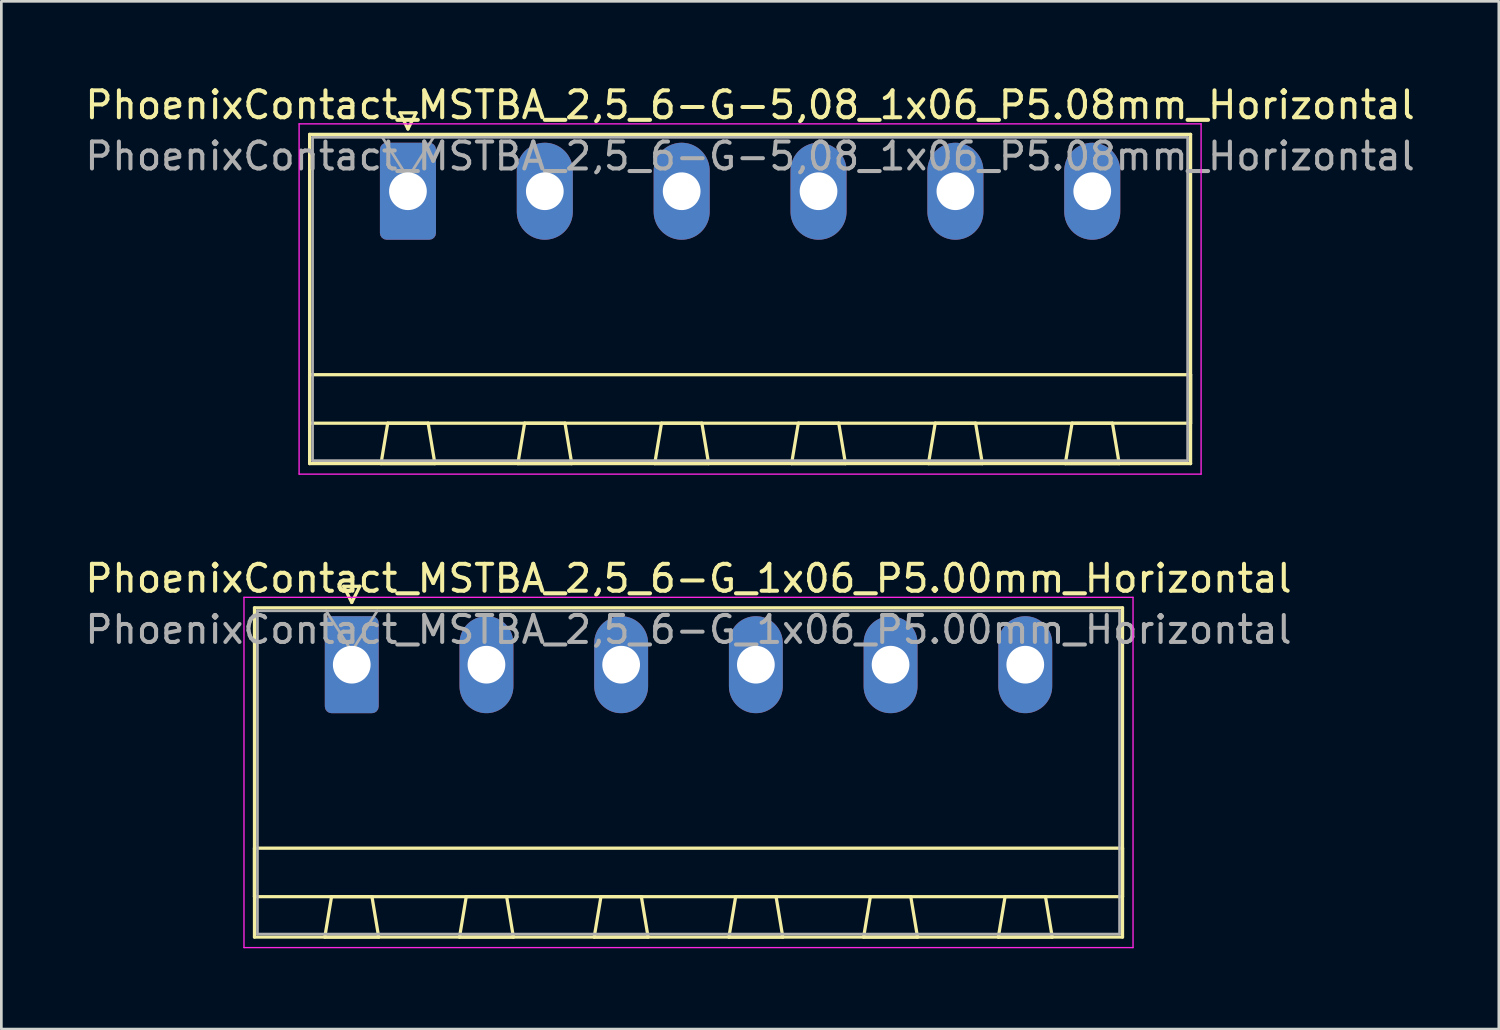
<source format=kicad_pcb>
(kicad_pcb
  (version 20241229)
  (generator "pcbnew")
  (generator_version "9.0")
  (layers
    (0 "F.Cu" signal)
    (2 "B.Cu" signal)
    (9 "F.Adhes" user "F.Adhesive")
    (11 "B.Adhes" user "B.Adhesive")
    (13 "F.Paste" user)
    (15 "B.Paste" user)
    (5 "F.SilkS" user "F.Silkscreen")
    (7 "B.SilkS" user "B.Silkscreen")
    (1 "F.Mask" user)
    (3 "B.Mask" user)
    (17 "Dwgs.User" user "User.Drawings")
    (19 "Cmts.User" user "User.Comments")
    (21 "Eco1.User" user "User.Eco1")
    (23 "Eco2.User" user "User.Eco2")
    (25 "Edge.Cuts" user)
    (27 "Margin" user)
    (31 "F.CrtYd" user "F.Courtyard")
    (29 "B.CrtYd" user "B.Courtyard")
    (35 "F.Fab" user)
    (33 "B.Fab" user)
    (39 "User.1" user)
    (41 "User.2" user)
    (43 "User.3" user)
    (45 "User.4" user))
  (footprint "PhoenixContact_MSTBA_2,5_6-G-5,08_1x06_P5.08mm_Horizontal"
    (layer "F.Cu")
    (at 12.092 4.048)
    (property "Reference" "PhoenixContact_MSTBA_2,5_6-G-5,08_1x06_P5.08mm_Horizontal" (at 12.7 -3.2 0) (layer "F.SilkS") (effects (font (size 1 1) (thickness 0.15))))
    (attr through_hole)
    (fp_line (start -3.65 -2.11) (end -3.65 10.11) (stroke (width 0.12) (type solid)) (layer "F.SilkS"))
    (fp_line (start -3.65 6.81) (end 29.05 6.81) (stroke (width 0.12) (type solid)) (layer "F.SilkS"))
    (fp_line (start -3.65 8.61) (end -3.65 6.81) (stroke (width 0.12) (type solid)) (layer "F.SilkS"))
    (fp_line (start -3.65 10.11) (end 29.05 10.11) (stroke (width 0.12) (type solid)) (layer "F.SilkS"))
    (fp_line (start -1 10.11) (end 1 10.11) (stroke (width 0.12) (type solid)) (layer "F.SilkS"))
    (fp_line (start -0.75 8.61) (end -1 10.11) (stroke (width 0.12) (type solid)) (layer "F.SilkS"))
    (fp_line (start -0.3 -2.91) (end 0.3 -2.91) (stroke (width 0.12) (type solid)) (layer "F.SilkS"))
    (fp_line (start 0 -2.31) (end -0.3 -2.91) (stroke (width 0.12) (type solid)) (layer "F.SilkS"))
    (fp_line (start 0.3 -2.91) (end 0 -2.31) (stroke (width 0.12) (type solid)) (layer "F.SilkS"))
    (fp_line (start 0.75 8.61) (end -0.75 8.61) (stroke (width 0.12) (type solid)) (layer "F.SilkS"))
    (fp_line (start 1 10.11) (end 0.75 8.61) (stroke (width 0.12) (type solid)) (layer "F.SilkS"))
    (fp_line (start 4.08 10.11) (end 6.08 10.11) (stroke (width 0.12) (type solid)) (layer "F.SilkS"))
    (fp_line (start 4.33 8.61) (end 4.08 10.11) (stroke (width 0.12) (type solid)) (layer "F.SilkS"))
    (fp_line (start 5.83 8.61) (end 4.33 8.61) (stroke (width 0.12) (type solid)) (layer "F.SilkS"))
    (fp_line (start 6.08 10.11) (end 5.83 8.61) (stroke (width 0.12) (type solid)) (layer "F.SilkS"))
    (fp_line (start 9.16 10.11) (end 11.16 10.11) (stroke (width 0.12) (type solid)) (layer "F.SilkS"))
    (fp_line (start 9.41 8.61) (end 9.16 10.11) (stroke (width 0.12) (type solid)) (layer "F.SilkS"))
    (fp_line (start 10.91 8.61) (end 9.41 8.61) (stroke (width 0.12) (type solid)) (layer "F.SilkS"))
    (fp_line (start 11.16 10.11) (end 10.91 8.61) (stroke (width 0.12) (type solid)) (layer "F.SilkS"))
    (fp_line (start 14.24 10.11) (end 16.24 10.11) (stroke (width 0.12) (type solid)) (layer "F.SilkS"))
    (fp_line (start 14.49 8.61) (end 14.24 10.11) (stroke (width 0.12) (type solid)) (layer "F.SilkS"))
    (fp_line (start 15.99 8.61) (end 14.49 8.61) (stroke (width 0.12) (type solid)) (layer "F.SilkS"))
    (fp_line (start 16.24 10.11) (end 15.99 8.61) (stroke (width 0.12) (type solid)) (layer "F.SilkS"))
    (fp_line (start 19.32 10.11) (end 21.32 10.11) (stroke (width 0.12) (type solid)) (layer "F.SilkS"))
    (fp_line (start 19.57 8.61) (end 19.32 10.11) (stroke (width 0.12) (type solid)) (layer "F.SilkS"))
    (fp_line (start 21.07 8.61) (end 19.57 8.61) (stroke (width 0.12) (type solid)) (layer "F.SilkS"))
    (fp_line (start 21.32 10.11) (end 21.07 8.61) (stroke (width 0.12) (type solid)) (layer "F.SilkS"))
    (fp_line (start 24.4 10.11) (end 26.4 10.11) (stroke (width 0.12) (type solid)) (layer "F.SilkS"))
    (fp_line (start 24.65 8.61) (end 24.4 10.11) (stroke (width 0.12) (type solid)) (layer "F.SilkS"))
    (fp_line (start 26.15 8.61) (end 24.65 8.61) (stroke (width 0.12) (type solid)) (layer "F.SilkS"))
    (fp_line (start 26.4 10.11) (end 26.15 8.61) (stroke (width 0.12) (type solid)) (layer "F.SilkS"))
    (fp_line (start 29.05 -2.11) (end -3.65 -2.11) (stroke (width 0.12) (type solid)) (layer "F.SilkS"))
    (fp_line (start 29.05 6.81) (end 29.05 8.61) (stroke (width 0.12) (type solid)) (layer "F.SilkS"))
    (fp_line (start 29.05 8.61) (end -3.65 8.61) (stroke (width 0.12) (type solid)) (layer "F.SilkS"))
    (fp_line (start 29.05 10.11) (end 29.05 -2.11) (stroke (width 0.12) (type solid)) (layer "F.SilkS"))
    (fp_line (start -4.04 -2.5) (end -4.04 10.5) (stroke (width 0.05) (type solid)) (layer "F.CrtYd"))
    (fp_line (start -4.04 10.5) (end 29.44 10.5) (stroke (width 0.05) (type solid)) (layer "F.CrtYd"))
    (fp_line (start 29.44 -2.5) (end -4.04 -2.5) (stroke (width 0.05) (type solid)) (layer "F.CrtYd"))
    (fp_line (start 29.44 10.5) (end 29.44 -2.5) (stroke (width 0.05) (type solid)) (layer "F.CrtYd"))
    (fp_line (start -3.54 -2) (end -3.54 10) (stroke (width 0.1) (type solid)) (layer "F.Fab"))
    (fp_line (start -3.54 10) (end 28.94 10) (stroke (width 0.1) (type solid)) (layer "F.Fab"))
    (fp_line (start 0 -0.5) (end -0.95 -2) (stroke (width 0.1) (type solid)) (layer "F.Fab"))
    (fp_line (start 0.95 -2) (end 0 -0.5) (stroke (width 0.1) (type solid)) (layer "F.Fab"))
    (fp_line (start 28.94 -2) (end -3.54 -2) (stroke (width 0.1) (type solid)) (layer "F.Fab"))
    (fp_line (start 28.94 10) (end 28.94 -2) (stroke (width 0.1) (type solid)) (layer "F.Fab"))
    (fp_text user "${REFERENCE}" (at 12.7 -1.3 0) (layer "F.Fab") (effects (font (size 1 1) (thickness 0.15))))
    (pad "1" thru_hole roundrect (at 0 0) (size 2.08 3.6) (drill 1.4) (layers "*.Cu" "*.Mask") (roundrect_rratio 0.12))
    (pad "2" thru_hole oval (at 5.08 0) (size 2.08 3.6) (drill 1.4) (layers "*.Cu" "*.Mask"))
    (pad "3" thru_hole oval (at 10.16 0) (size 2.08 3.6) (drill 1.4) (layers "*.Cu" "*.Mask"))
    (pad "4" thru_hole oval (at 15.24 0) (size 2.08 3.6) (drill 1.4) (layers "*.Cu" "*.Mask"))
    (pad "5" thru_hole oval (at 20.32 0) (size 2.08 3.6) (drill 1.4) (layers "*.Cu" "*.Mask"))
    (pad "6" thru_hole oval (at 25.4 0) (size 2.08 3.6) (drill 1.4) (layers "*.Cu" "*.Mask")))
  (footprint "PhoenixContact_MSTBA_2,5_6-G_1x06_P5.00mm_Horizontal"
    (layer "F.Cu")
    (at 10.006 21.622)
    (property "Reference" "PhoenixContact_MSTBA_2,5_6-G_1x06_P5.00mm_Horizontal" (at 12.5 -3.2 0) (layer "F.SilkS") (effects (font (size 1 1) (thickness 0.15))))
    (attr through_hole)
    (fp_line (start -3.61 -2.11) (end -3.61 10.11) (stroke (width 0.12) (type solid)) (layer "F.SilkS"))
    (fp_line (start -3.61 6.81) (end 28.61 6.81) (stroke (width 0.12) (type solid)) (layer "F.SilkS"))
    (fp_line (start -3.61 8.61) (end -3.61 6.81) (stroke (width 0.12) (type solid)) (layer "F.SilkS"))
    (fp_line (start -3.61 10.11) (end 28.61 10.11) (stroke (width 0.12) (type solid)) (layer "F.SilkS"))
    (fp_line (start -1 10.11) (end 1 10.11) (stroke (width 0.12) (type solid)) (layer "F.SilkS"))
    (fp_line (start -0.75 8.61) (end -1 10.11) (stroke (width 0.12) (type solid)) (layer "F.SilkS"))
    (fp_line (start -0.3 -2.91) (end 0.3 -2.91) (stroke (width 0.12) (type solid)) (layer "F.SilkS"))
    (fp_line (start 0 -2.31) (end -0.3 -2.91) (stroke (width 0.12) (type solid)) (layer "F.SilkS"))
    (fp_line (start 0.3 -2.91) (end 0 -2.31) (stroke (width 0.12) (type solid)) (layer "F.SilkS"))
    (fp_line (start 0.75 8.61) (end -0.75 8.61) (stroke (width 0.12) (type solid)) (layer "F.SilkS"))
    (fp_line (start 1 10.11) (end 0.75 8.61) (stroke (width 0.12) (type solid)) (layer "F.SilkS"))
    (fp_line (start 4 10.11) (end 6 10.11) (stroke (width 0.12) (type solid)) (layer "F.SilkS"))
    (fp_line (start 4.25 8.61) (end 4 10.11) (stroke (width 0.12) (type solid)) (layer "F.SilkS"))
    (fp_line (start 5.75 8.61) (end 4.25 8.61) (stroke (width 0.12) (type solid)) (layer "F.SilkS"))
    (fp_line (start 6 10.11) (end 5.75 8.61) (stroke (width 0.12) (type solid)) (layer "F.SilkS"))
    (fp_line (start 9 10.11) (end 11 10.11) (stroke (width 0.12) (type solid)) (layer "F.SilkS"))
    (fp_line (start 9.25 8.61) (end 9 10.11) (stroke (width 0.12) (type solid)) (layer "F.SilkS"))
    (fp_line (start 10.75 8.61) (end 9.25 8.61) (stroke (width 0.12) (type solid)) (layer "F.SilkS"))
    (fp_line (start 11 10.11) (end 10.75 8.61) (stroke (width 0.12) (type solid)) (layer "F.SilkS"))
    (fp_line (start 14 10.11) (end 16 10.11) (stroke (width 0.12) (type solid)) (layer "F.SilkS"))
    (fp_line (start 14.25 8.61) (end 14 10.11) (stroke (width 0.12) (type solid)) (layer "F.SilkS"))
    (fp_line (start 15.75 8.61) (end 14.25 8.61) (stroke (width 0.12) (type solid)) (layer "F.SilkS"))
    (fp_line (start 16 10.11) (end 15.75 8.61) (stroke (width 0.12) (type solid)) (layer "F.SilkS"))
    (fp_line (start 19 10.11) (end 21 10.11) (stroke (width 0.12) (type solid)) (layer "F.SilkS"))
    (fp_line (start 19.25 8.61) (end 19 10.11) (stroke (width 0.12) (type solid)) (layer "F.SilkS"))
    (fp_line (start 20.75 8.61) (end 19.25 8.61) (stroke (width 0.12) (type solid)) (layer "F.SilkS"))
    (fp_line (start 21 10.11) (end 20.75 8.61) (stroke (width 0.12) (type solid)) (layer "F.SilkS"))
    (fp_line (start 24 10.11) (end 26 10.11) (stroke (width 0.12) (type solid)) (layer "F.SilkS"))
    (fp_line (start 24.25 8.61) (end 24 10.11) (stroke (width 0.12) (type solid)) (layer "F.SilkS"))
    (fp_line (start 25.75 8.61) (end 24.25 8.61) (stroke (width 0.12) (type solid)) (layer "F.SilkS"))
    (fp_line (start 26 10.11) (end 25.75 8.61) (stroke (width 0.12) (type solid)) (layer "F.SilkS"))
    (fp_line (start 28.61 -2.11) (end -3.61 -2.11) (stroke (width 0.12) (type solid)) (layer "F.SilkS"))
    (fp_line (start 28.61 6.81) (end 28.61 8.61) (stroke (width 0.12) (type solid)) (layer "F.SilkS"))
    (fp_line (start 28.61 8.61) (end -3.61 8.61) (stroke (width 0.12) (type solid)) (layer "F.SilkS"))
    (fp_line (start 28.61 10.11) (end 28.61 -2.11) (stroke (width 0.12) (type solid)) (layer "F.SilkS"))
    (fp_line (start -4 -2.5) (end -4 10.5) (stroke (width 0.05) (type solid)) (layer "F.CrtYd"))
    (fp_line (start -4 10.5) (end 29 10.5) (stroke (width 0.05) (type solid)) (layer "F.CrtYd"))
    (fp_line (start 29 -2.5) (end -4 -2.5) (stroke (width 0.05) (type solid)) (layer "F.CrtYd"))
    (fp_line (start 29 10.5) (end 29 -2.5) (stroke (width 0.05) (type solid)) (layer "F.CrtYd"))
    (fp_line (start -3.5 -2) (end -3.5 10) (stroke (width 0.1) (type solid)) (layer "F.Fab"))
    (fp_line (start -3.5 10) (end 28.5 10) (stroke (width 0.1) (type solid)) (layer "F.Fab"))
    (fp_line (start 0 -0.5) (end -0.95 -2) (stroke (width 0.1) (type solid)) (layer "F.Fab"))
    (fp_line (start 0.95 -2) (end 0 -0.5) (stroke (width 0.1) (type solid)) (layer "F.Fab"))
    (fp_line (start 28.5 -2) (end -3.5 -2) (stroke (width 0.1) (type solid)) (layer "F.Fab"))
    (fp_line (start 28.5 10) (end 28.5 -2) (stroke (width 0.1) (type solid)) (layer "F.Fab"))
    (fp_text user "${REFERENCE}" (at 12.5 -1.3 0) (layer "F.Fab") (effects (font (size 1 1) (thickness 0.15))))
    (pad "1" thru_hole roundrect (at 0 0) (size 2 3.6) (drill 1.4) (layers "*.Cu" "*.Mask") (roundrect_rratio 0.125))
    (pad "2" thru_hole oval (at 5 0) (size 2 3.6) (drill 1.4) (layers "*.Cu" "*.Mask"))
    (pad "3" thru_hole oval (at 10 0) (size 2 3.6) (drill 1.4) (layers "*.Cu" "*.Mask"))
    (pad "4" thru_hole oval (at 15 0) (size 2 3.6) (drill 1.4) (layers "*.Cu" "*.Mask"))
    (pad "5" thru_hole oval (at 20 0) (size 2 3.6) (drill 1.4) (layers "*.Cu" "*.Mask"))
    (pad "6" thru_hole oval (at 25 0) (size 2 3.6) (drill 1.4) (layers "*.Cu" "*.Mask")))
  (gr_rect
    (start -3 -3)
    (end 52.583 35.147)
    (stroke (width 0.1) (type default))
    (fill no)
    (layer "Edge.Cuts")))
</source>
